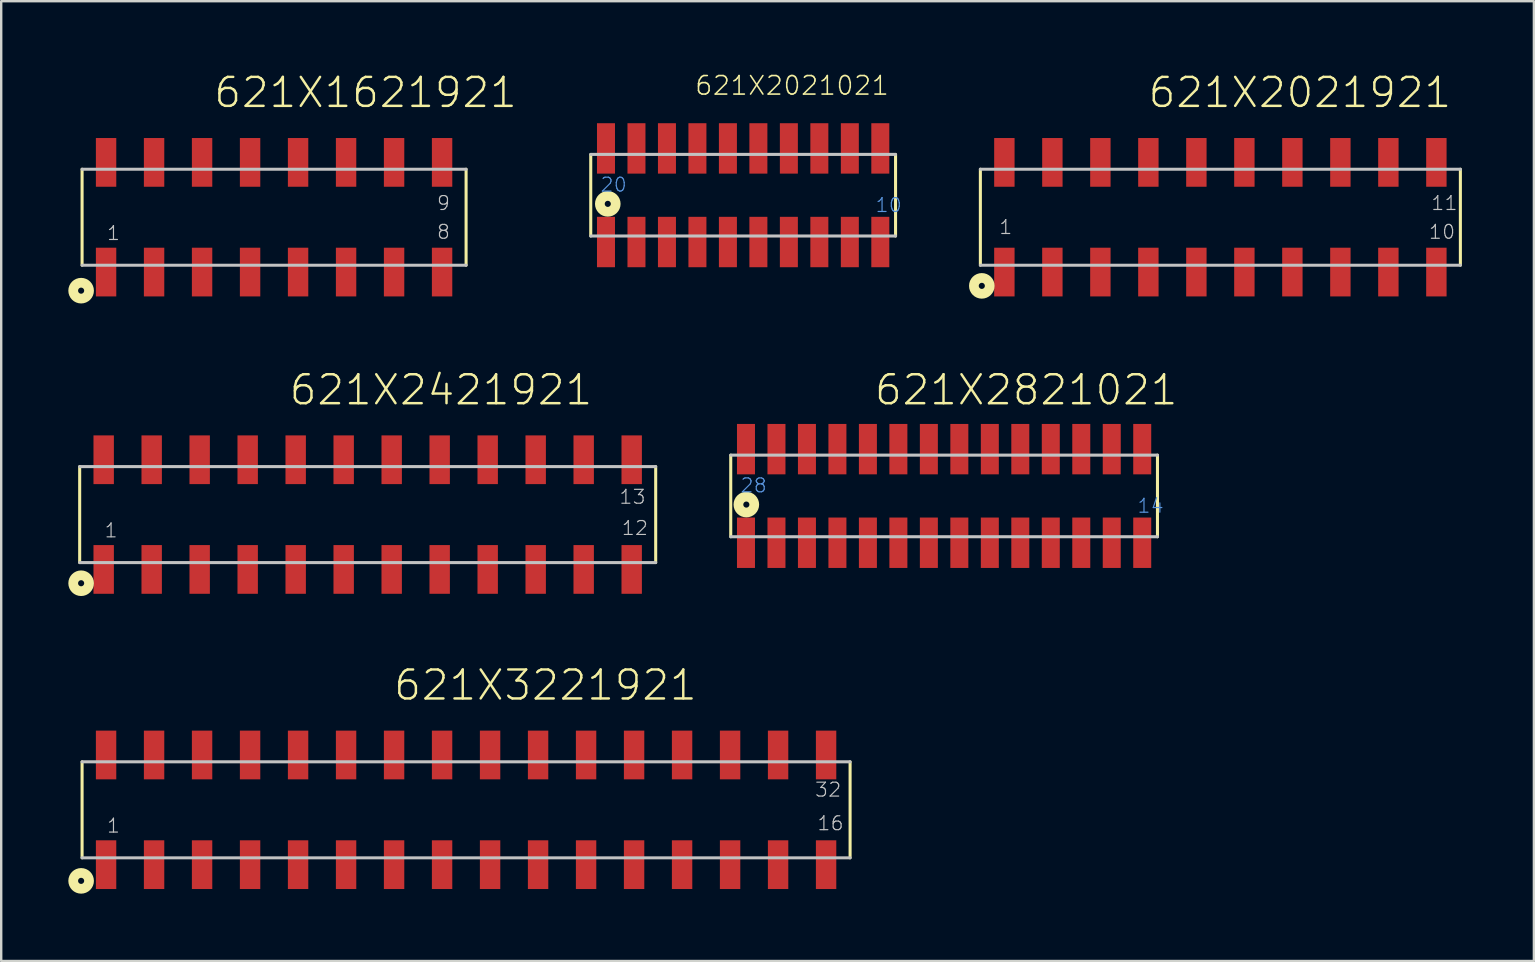
<source format=kicad_pcb>
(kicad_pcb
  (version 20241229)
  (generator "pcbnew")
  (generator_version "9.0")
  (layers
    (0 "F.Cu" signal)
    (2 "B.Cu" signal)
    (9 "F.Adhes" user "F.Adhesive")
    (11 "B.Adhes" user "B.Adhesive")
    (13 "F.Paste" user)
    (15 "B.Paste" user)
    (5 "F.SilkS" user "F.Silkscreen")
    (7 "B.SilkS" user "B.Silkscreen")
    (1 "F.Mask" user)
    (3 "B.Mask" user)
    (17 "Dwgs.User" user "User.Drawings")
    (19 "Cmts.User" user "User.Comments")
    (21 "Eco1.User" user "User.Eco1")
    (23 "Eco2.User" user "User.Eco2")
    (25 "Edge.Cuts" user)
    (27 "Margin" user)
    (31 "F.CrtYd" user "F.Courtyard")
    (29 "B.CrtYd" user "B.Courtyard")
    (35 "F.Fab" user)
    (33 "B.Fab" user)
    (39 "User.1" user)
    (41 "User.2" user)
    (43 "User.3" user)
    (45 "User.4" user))
  (footprint "621X2021021"
    (layer "F.Cu")
    (at 27.914 5.084)
    (property "Reference" "621X2021021" (at -2.05 -4.117 0) (layer "F.SilkS") (effects (font (size 0.772 0.772) (thickness 0.065)) (justify left bottom)))
    (attr through_hole)
    (fp_line (start -6.35 -1.7) (end -6.35 1.7) (stroke (width 0.127) (type solid)) (layer "F.SilkS"))
    (fp_line (start 6.35 1.7) (end 6.35 -1.7) (stroke (width 0.127) (type solid)) (layer "F.SilkS"))
    (fp_circle (center -5.64 0.36) (end -5.513 0.36) (stroke (width 0.406) (type solid)) (fill no) (layer "F.SilkS"))
    (fp_line (start -6.35 1.7) (end 6.35 1.7) (stroke (width 0.127) (type solid)) (layer "Dwgs.User"))
    (fp_line (start 6.35 -1.7) (end -6.35 -1.7) (stroke (width 0.127) (type solid)) (layer "Dwgs.User"))
    (fp_text user "10" (at 5.48 0.75 0) (layer "Cmts.User") (effects (font (size 0.579 0.579) (thickness 0.049)) (justify left bottom)))
    (fp_text user "20" (at -5.98 -0.1 0) (layer "Cmts.User") (effects (font (size 0.579 0.579) (thickness 0.049)) (justify left bottom)))
    (pad "1" smd rect (at -5.715 1.95) (size 0.75 2.1) (layers "F.Cu" "F.Mask" "F.Paste"))
    (pad "2" smd rect (at -4.445 1.95) (size 0.75 2.1) (layers "F.Cu" "F.Mask" "F.Paste"))
    (pad "3" smd rect (at -3.175 1.95) (size 0.75 2.1) (layers "F.Cu" "F.Mask" "F.Paste"))
    (pad "4" smd rect (at -1.905 1.95) (size 0.75 2.1) (layers "F.Cu" "F.Mask" "F.Paste"))
    (pad "5" smd rect (at -0.635 1.95) (size 0.75 2.1) (layers "F.Cu" "F.Mask" "F.Paste"))
    (pad "6" smd rect (at 0.635 1.95) (size 0.75 2.1) (layers "F.Cu" "F.Mask" "F.Paste"))
    (pad "7" smd rect (at 1.905 1.95) (size 0.75 2.1) (layers "F.Cu" "F.Mask" "F.Paste"))
    (pad "8" smd rect (at 3.175 1.95) (size 0.75 2.1) (layers "F.Cu" "F.Mask" "F.Paste"))
    (pad "9" smd rect (at 4.445 1.95) (size 0.75 2.1) (layers "F.Cu" "F.Mask" "F.Paste"))
    (pad "10" smd rect (at 5.715 1.95) (size 0.75 2.1) (layers "F.Cu" "F.Mask" "F.Paste"))
    (pad "11" smd rect (at 5.715 -1.95) (size 0.75 2.1) (layers "F.Cu" "F.Mask" "F.Paste"))
    (pad "12" smd rect (at 4.445 -1.95) (size 0.75 2.1) (layers "F.Cu" "F.Mask" "F.Paste"))
    (pad "13" smd rect (at 3.175 -1.95) (size 0.75 2.1) (layers "F.Cu" "F.Mask" "F.Paste"))
    (pad "14" smd rect (at 1.905 -1.95) (size 0.75 2.1) (layers "F.Cu" "F.Mask" "F.Paste"))
    (pad "15" smd rect (at 0.635 -1.95) (size 0.75 2.1) (layers "F.Cu" "F.Mask" "F.Paste"))
    (pad "16" smd rect (at -0.635 -1.95) (size 0.75 2.1) (layers "F.Cu" "F.Mask" "F.Paste"))
    (pad "17" smd rect (at -1.905 -1.95) (size 0.75 2.1) (layers "F.Cu" "F.Mask" "F.Paste"))
    (pad "18" smd rect (at -3.175 -1.95) (size 0.75 2.1) (layers "F.Cu" "F.Mask" "F.Paste"))
    (pad "19" smd rect (at -4.445 -1.95) (size 0.75 2.1) (layers "F.Cu" "F.Mask" "F.Paste"))
    (pad "20" smd rect (at -5.715 -1.95) (size 0.75 2.1) (layers "F.Cu" "F.Mask" "F.Paste")))
  (footprint "621X2021921"
    (layer "F.Cu")
    (at 47.798 6.001)
    (property "Reference" "621X2021921" (at -3.07 -4.489 0) (layer "F.SilkS") (effects (font (size 1.206 1.206) (thickness 0.102)) (justify left bottom)))
    (attr through_hole)
    (fp_line (start -10 2) (end -10 -2) (stroke (width 0.127) (type solid)) (layer "F.SilkS"))
    (fp_line (start 10 -2) (end 10 2) (stroke (width 0.127) (type solid)) (layer "F.SilkS"))
    (fp_circle (center -9.94 2.86) (end -9.813 2.86) (stroke (width 0.406) (type solid)) (fill no) (layer "F.SilkS"))
    (fp_line (start -10 -2) (end 10 -2) (stroke (width 0.127) (type solid)) (layer "Dwgs.User"))
    (fp_line (start 10 2) (end -10 2) (stroke (width 0.127) (type solid)) (layer "Dwgs.User"))
    (fp_text user "1" (at -9.25 0.75 0) (layer "Dwgs.User") (effects (font (size 0.579 0.579) (thickness 0.049)) (justify left bottom)))
    (fp_text user "11" (at 8.75 -0.25 0) (layer "Dwgs.User") (effects (font (size 0.579 0.579) (thickness 0.049)) (justify left bottom)))
    (fp_text user "10" (at 8.65 0.95 0) (layer "Dwgs.User") (effects (font (size 0.579 0.579) (thickness 0.049)) (justify left bottom)))
    (pad "1" smd rect (at -9 2.285) (size 0.85 2.03) (layers "F.Cu" "F.Mask" "F.Paste"))
    (pad "2" smd rect (at -7 2.285) (size 0.85 2.03) (layers "F.Cu" "F.Mask" "F.Paste"))
    (pad "3" smd rect (at -5 2.285) (size 0.85 2.03) (layers "F.Cu" "F.Mask" "F.Paste"))
    (pad "4" smd rect (at -3 2.285) (size 0.85 2.03) (layers "F.Cu" "F.Mask" "F.Paste"))
    (pad "5" smd rect (at -1 2.285) (size 0.85 2.03) (layers "F.Cu" "F.Mask" "F.Paste"))
    (pad "6" smd rect (at 1 2.285) (size 0.85 2.03) (layers "F.Cu" "F.Mask" "F.Paste"))
    (pad "7" smd rect (at 3 2.285) (size 0.85 2.03) (layers "F.Cu" "F.Mask" "F.Paste"))
    (pad "8" smd rect (at 5 2.285) (size 0.85 2.03) (layers "F.Cu" "F.Mask" "F.Paste"))
    (pad "9" smd rect (at 7 2.285) (size 0.85 2.03) (layers "F.Cu" "F.Mask" "F.Paste"))
    (pad "10" smd rect (at 9 2.285) (size 0.85 2.03) (layers "F.Cu" "F.Mask" "F.Paste"))
    (pad "11" smd rect (at 9 -2.285) (size 0.85 2.03) (layers "F.Cu" "F.Mask" "F.Paste"))
    (pad "12" smd rect (at 7 -2.285) (size 0.85 2.03) (layers "F.Cu" "F.Mask" "F.Paste"))
    (pad "13" smd rect (at 5 -2.285) (size 0.85 2.03) (layers "F.Cu" "F.Mask" "F.Paste"))
    (pad "14" smd rect (at 3 -2.285) (size 0.85 2.03) (layers "F.Cu" "F.Mask" "F.Paste"))
    (pad "15" smd rect (at 1 -2.285) (size 0.85 2.03) (layers "F.Cu" "F.Mask" "F.Paste"))
    (pad "16" smd rect (at -1 -2.285) (size 0.85 2.03) (layers "F.Cu" "F.Mask" "F.Paste"))
    (pad "17" smd rect (at -3 -2.285) (size 0.85 2.03) (layers "F.Cu" "F.Mask" "F.Paste"))
    (pad "18" smd rect (at -5 -2.285) (size 0.85 2.03) (layers "F.Cu" "F.Mask" "F.Paste"))
    (pad "19" smd rect (at -7 -2.285) (size 0.85 2.03) (layers "F.Cu" "F.Mask" "F.Paste"))
    (pad "20" smd rect (at -9 -2.285) (size 0.85 2.03) (layers "F.Cu" "F.Mask" "F.Paste")))
  (footprint "621X2821021"
    (layer "F.Cu")
    (at 36.287 17.614)
    (property "Reference" "621X2821021" (at -2.963 -3.712 0) (layer "F.SilkS") (effects (font (size 1.206 1.206) (thickness 0.102)) (justify left bottom)))
    (attr through_hole)
    (fp_line (start -8.89 -1.7) (end -8.89 1.7) (stroke (width 0.127) (type solid)) (layer "F.SilkS"))
    (fp_line (start 8.89 1.7) (end 8.89 -1.7) (stroke (width 0.127) (type solid)) (layer "F.SilkS"))
    (fp_circle (center -8.24 0.36) (end -8.113 0.36) (stroke (width 0.406) (type solid)) (fill no) (layer "F.SilkS"))
    (fp_line (start -8.89 1.7) (end 8.89 1.7) (stroke (width 0.127) (type solid)) (layer "Dwgs.User"))
    (fp_line (start 8.89 -1.7) (end -8.89 -1.7) (stroke (width 0.127) (type solid)) (layer "Dwgs.User"))
    (fp_text user "28" (at -8.52 -0.1 0) (layer "Cmts.User") (effects (font (size 0.579 0.579) (thickness 0.049)) (justify left bottom)))
    (fp_text user "14" (at 8.02 0.75 0) (layer "Cmts.User") (effects (font (size 0.579 0.579) (thickness 0.049)) (justify left bottom)))
    (pad "1" smd rect (at -8.255 1.95) (size 0.75 2.1) (layers "F.Cu" "F.Mask" "F.Paste"))
    (pad "2" smd rect (at -6.985 1.95) (size 0.75 2.1) (layers "F.Cu" "F.Mask" "F.Paste"))
    (pad "3" smd rect (at -5.715 1.95) (size 0.75 2.1) (layers "F.Cu" "F.Mask" "F.Paste"))
    (pad "4" smd rect (at -4.445 1.95) (size 0.75 2.1) (layers "F.Cu" "F.Mask" "F.Paste"))
    (pad "5" smd rect (at -3.175 1.95) (size 0.75 2.1) (layers "F.Cu" "F.Mask" "F.Paste"))
    (pad "6" smd rect (at -1.905 1.95) (size 0.75 2.1) (layers "F.Cu" "F.Mask" "F.Paste"))
    (pad "7" smd rect (at -0.635 1.95) (size 0.75 2.1) (layers "F.Cu" "F.Mask" "F.Paste"))
    (pad "8" smd rect (at 0.635 1.95) (size 0.75 2.1) (layers "F.Cu" "F.Mask" "F.Paste"))
    (pad "9" smd rect (at 1.905 1.95) (size 0.75 2.1) (layers "F.Cu" "F.Mask" "F.Paste"))
    (pad "10" smd rect (at 3.175 1.95) (size 0.75 2.1) (layers "F.Cu" "F.Mask" "F.Paste"))
    (pad "11" smd rect (at 4.445 1.95) (size 0.75 2.1) (layers "F.Cu" "F.Mask" "F.Paste"))
    (pad "12" smd rect (at 5.715 1.95) (size 0.75 2.1) (layers "F.Cu" "F.Mask" "F.Paste"))
    (pad "13" smd rect (at 6.985 1.95) (size 0.75 2.1) (layers "F.Cu" "F.Mask" "F.Paste"))
    (pad "14" smd rect (at 8.255 1.95) (size 0.75 2.1) (layers "F.Cu" "F.Mask" "F.Paste"))
    (pad "15" smd rect (at 8.255 -1.95) (size 0.75 2.1) (layers "F.Cu" "F.Mask" "F.Paste"))
    (pad "16" smd rect (at 6.985 -1.95) (size 0.75 2.1) (layers "F.Cu" "F.Mask" "F.Paste"))
    (pad "17" smd rect (at 5.715 -1.95) (size 0.75 2.1) (layers "F.Cu" "F.Mask" "F.Paste"))
    (pad "18" smd rect (at 4.445 -1.95) (size 0.75 2.1) (layers "F.Cu" "F.Mask" "F.Paste"))
    (pad "19" smd rect (at 3.175 -1.95) (size 0.75 2.1) (layers "F.Cu" "F.Mask" "F.Paste"))
    (pad "20" smd rect (at 1.905 -1.95) (size 0.75 2.1) (layers "F.Cu" "F.Mask" "F.Paste"))
    (pad "21" smd rect (at 0.635 -1.95) (size 0.75 2.1) (layers "F.Cu" "F.Mask" "F.Paste"))
    (pad "22" smd rect (at -0.635 -1.95) (size 0.75 2.1) (layers "F.Cu" "F.Mask" "F.Paste"))
    (pad "23" smd rect (at -1.905 -1.95) (size 0.75 2.1) (layers "F.Cu" "F.Mask" "F.Paste"))
    (pad "24" smd rect (at -3.175 -1.95) (size 0.75 2.1) (layers "F.Cu" "F.Mask" "F.Paste"))
    (pad "25" smd rect (at -4.445 -1.95) (size 0.75 2.1) (layers "F.Cu" "F.Mask" "F.Paste"))
    (pad "26" smd rect (at -5.715 -1.95) (size 0.75 2.1) (layers "F.Cu" "F.Mask" "F.Paste"))
    (pad "27" smd rect (at -6.985 -1.95) (size 0.75 2.1) (layers "F.Cu" "F.Mask" "F.Paste"))
    (pad "28" smd rect (at -8.255 -1.95) (size 0.75 2.1) (layers "F.Cu" "F.Mask" "F.Paste")))
  (footprint "621X2421921"
    (layer "F.Cu")
    (at 12.27 18.391)
    (property "Reference" "621X2421921" (at -3.33 -4.489 0) (layer "F.SilkS") (effects (font (size 1.206 1.206) (thickness 0.102)) (justify left bottom)))
    (attr through_hole)
    (fp_line (start -12 2) (end -12 -2) (stroke (width 0.127) (type solid)) (layer "F.SilkS"))
    (fp_line (start 12 -2) (end 12 2) (stroke (width 0.127) (type solid)) (layer "F.SilkS"))
    (fp_circle (center -11.94 2.86) (end -11.813 2.86) (stroke (width 0.406) (type solid)) (fill no) (layer "F.SilkS"))
    (fp_line (start -12 -2) (end 12 -2) (stroke (width 0.127) (type solid)) (layer "Dwgs.User"))
    (fp_line (start 12 2) (end -12 2) (stroke (width 0.127) (type solid)) (layer "Dwgs.User"))
    (fp_text user "13" (at 10.45 -0.4 0) (layer "Dwgs.User") (effects (font (size 0.579 0.579) (thickness 0.049)) (justify left bottom)))
    (fp_text user "1" (at -11 1 0) (layer "Dwgs.User") (effects (font (size 0.579 0.579) (thickness 0.049)) (justify left bottom)))
    (fp_text user "12" (at 10.55 0.9 0) (layer "Dwgs.User") (effects (font (size 0.579 0.579) (thickness 0.049)) (justify left bottom)))
    (pad "1" smd rect (at -11 2.285) (size 0.85 2.03) (layers "F.Cu" "F.Mask" "F.Paste"))
    (pad "2" smd rect (at -9 2.285) (size 0.85 2.03) (layers "F.Cu" "F.Mask" "F.Paste"))
    (pad "3" smd rect (at -7 2.285) (size 0.85 2.03) (layers "F.Cu" "F.Mask" "F.Paste"))
    (pad "4" smd rect (at -5 2.285) (size 0.85 2.03) (layers "F.Cu" "F.Mask" "F.Paste"))
    (pad "5" smd rect (at -3 2.285) (size 0.85 2.03) (layers "F.Cu" "F.Mask" "F.Paste"))
    (pad "6" smd rect (at -1 2.285) (size 0.85 2.03) (layers "F.Cu" "F.Mask" "F.Paste"))
    (pad "7" smd rect (at 1 2.285) (size 0.85 2.03) (layers "F.Cu" "F.Mask" "F.Paste"))
    (pad "8" smd rect (at 3 2.285) (size 0.85 2.03) (layers "F.Cu" "F.Mask" "F.Paste"))
    (pad "9" smd rect (at 5 2.285) (size 0.85 2.03) (layers "F.Cu" "F.Mask" "F.Paste"))
    (pad "10" smd rect (at 7 2.285) (size 0.85 2.03) (layers "F.Cu" "F.Mask" "F.Paste"))
    (pad "11" smd rect (at 9 2.285) (size 0.85 2.03) (layers "F.Cu" "F.Mask" "F.Paste"))
    (pad "12" smd rect (at 11 2.285) (size 0.85 2.03) (layers "F.Cu" "F.Mask" "F.Paste"))
    (pad "13" smd rect (at 11 -2.285) (size 0.85 2.03) (layers "F.Cu" "F.Mask" "F.Paste"))
    (pad "14" smd rect (at 9 -2.285) (size 0.85 2.03) (layers "F.Cu" "F.Mask" "F.Paste"))
    (pad "15" smd rect (at 7 -2.285) (size 0.85 2.03) (layers "F.Cu" "F.Mask" "F.Paste"))
    (pad "16" smd rect (at 5 -2.285) (size 0.85 2.03) (layers "F.Cu" "F.Mask" "F.Paste"))
    (pad "17" smd rect (at 3 -2.285) (size 0.85 2.03) (layers "F.Cu" "F.Mask" "F.Paste"))
    (pad "18" smd rect (at 1 -2.285) (size 0.85 2.03) (layers "F.Cu" "F.Mask" "F.Paste"))
    (pad "19" smd rect (at -1 -2.285) (size 0.85 2.03) (layers "F.Cu" "F.Mask" "F.Paste"))
    (pad "20" smd rect (at -3 -2.285) (size 0.85 2.03) (layers "F.Cu" "F.Mask" "F.Paste"))
    (pad "21" smd rect (at -5 -2.285) (size 0.85 2.03) (layers "F.Cu" "F.Mask" "F.Paste"))
    (pad "22" smd rect (at -7 -2.285) (size 0.85 2.03) (layers "F.Cu" "F.Mask" "F.Paste"))
    (pad "23" smd rect (at -9 -2.285) (size 0.85 2.03) (layers "F.Cu" "F.Mask" "F.Paste"))
    (pad "24" smd rect (at -11 -2.285) (size 0.85 2.03) (layers "F.Cu" "F.Mask" "F.Paste")))
  (footprint "621X1621921"
    (layer "F.Cu")
    (at 8.37 6.001)
    (property "Reference" "621X1621921" (at -2.573 -4.489 0) (layer "F.SilkS") (effects (font (size 1.206 1.206) (thickness 0.102)) (justify left bottom)))
    (attr through_hole)
    (fp_line (start -8 2) (end -8 -2) (stroke (width 0.127) (type solid)) (layer "F.SilkS"))
    (fp_line (start 8 -2) (end 8 2) (stroke (width 0.127) (type solid)) (layer "F.SilkS"))
    (fp_circle (center -8.04 3.06) (end -7.913 3.06) (stroke (width 0.406) (type solid)) (fill no) (layer "F.SilkS"))
    (fp_line (start -8 -2) (end 8 -2) (stroke (width 0.127) (type solid)) (layer "Dwgs.User"))
    (fp_line (start 8 2) (end -8 2) (stroke (width 0.127) (type solid)) (layer "Dwgs.User"))
    (fp_text user "9" (at 6.75 -0.25 0) (layer "Dwgs.User") (effects (font (size 0.579 0.579) (thickness 0.049)) (justify left bottom)))
    (fp_text user "1" (at -7 1 0) (layer "Dwgs.User") (effects (font (size 0.579 0.579) (thickness 0.049)) (justify left bottom)))
    (fp_text user "8" (at 6.75 0.95 0) (layer "Dwgs.User") (effects (font (size 0.579 0.579) (thickness 0.049)) (justify left bottom)))
    (pad "1" smd rect (at -7 2.285) (size 0.85 2.03) (layers "F.Cu" "F.Mask" "F.Paste"))
    (pad "2" smd rect (at -5 2.285) (size 0.85 2.03) (layers "F.Cu" "F.Mask" "F.Paste"))
    (pad "3" smd rect (at -3 2.285) (size 0.85 2.03) (layers "F.Cu" "F.Mask" "F.Paste"))
    (pad "4" smd rect (at -1 2.285) (size 0.85 2.03) (layers "F.Cu" "F.Mask" "F.Paste"))
    (pad "5" smd rect (at 1 2.285) (size 0.85 2.03) (layers "F.Cu" "F.Mask" "F.Paste"))
    (pad "6" smd rect (at 3 2.285) (size 0.85 2.03) (layers "F.Cu" "F.Mask" "F.Paste"))
    (pad "7" smd rect (at 5 2.285) (size 0.85 2.03) (layers "F.Cu" "F.Mask" "F.Paste"))
    (pad "8" smd rect (at 7 2.285) (size 0.85 2.03) (layers "F.Cu" "F.Mask" "F.Paste"))
    (pad "9" smd rect (at 7 -2.285) (size 0.85 2.03) (layers "F.Cu" "F.Mask" "F.Paste"))
    (pad "10" smd rect (at 5 -2.285) (size 0.85 2.03) (layers "F.Cu" "F.Mask" "F.Paste"))
    (pad "11" smd rect (at 3 -2.285) (size 0.85 2.03) (layers "F.Cu" "F.Mask" "F.Paste"))
    (pad "12" smd rect (at 1 -2.285) (size 0.85 2.03) (layers "F.Cu" "F.Mask" "F.Paste"))
    (pad "13" smd rect (at -1 -2.285) (size 0.85 2.03) (layers "F.Cu" "F.Mask" "F.Paste"))
    (pad "14" smd rect (at -3 -2.285) (size 0.85 2.03) (layers "F.Cu" "F.Mask" "F.Paste"))
    (pad "15" smd rect (at -5 -2.285) (size 0.85 2.03) (layers "F.Cu" "F.Mask" "F.Paste"))
    (pad "16" smd rect (at -7 -2.285) (size 0.85 2.03) (layers "F.Cu" "F.Mask" "F.Paste")))
  (footprint "621X3221921"
    (layer "F.Cu")
    (at 16.37 30.692)
    (property "Reference" "621X3221921" (at -3.078 -4.489 0) (layer "F.SilkS") (effects (font (size 1.206 1.206) (thickness 0.102)) (justify left bottom)))
    (attr through_hole)
    (fp_line (start -16 2) (end -16 -2) (stroke (width 0.127) (type solid)) (layer "F.SilkS"))
    (fp_line (start 16 -2) (end 16 2) (stroke (width 0.127) (type solid)) (layer "F.SilkS"))
    (fp_circle (center -16.04 2.96) (end -15.913 2.96) (stroke (width 0.406) (type solid)) (fill no) (layer "F.SilkS"))
    (fp_line (start -16 -2) (end 16 -2) (stroke (width 0.127) (type solid)) (layer "Dwgs.User"))
    (fp_line (start 16 2) (end -16 2) (stroke (width 0.127) (type solid)) (layer "Dwgs.User"))
    (fp_text user "1" (at -15 1 0) (layer "Dwgs.User") (effects (font (size 0.579 0.579) (thickness 0.049)) (justify left bottom)))
    (fp_text user "16" (at 14.6 0.9 0) (layer "Dwgs.User") (effects (font (size 0.579 0.579) (thickness 0.049)) (justify left bottom)))
    (fp_text user "32" (at 14.5 -0.5 0) (layer "Dwgs.User") (effects (font (size 0.579 0.579) (thickness 0.049)) (justify left bottom)))
    (pad "1" smd rect (at -15 2.285) (size 0.85 2.03) (layers "F.Cu" "F.Mask" "F.Paste"))
    (pad "2" smd rect (at -13 2.285) (size 0.85 2.03) (layers "F.Cu" "F.Mask" "F.Paste"))
    (pad "3" smd rect (at -11 2.285) (size 0.85 2.03) (layers "F.Cu" "F.Mask" "F.Paste"))
    (pad "4" smd rect (at -9 2.285) (size 0.85 2.03) (layers "F.Cu" "F.Mask" "F.Paste"))
    (pad "5" smd rect (at -7 2.285) (size 0.85 2.03) (layers "F.Cu" "F.Mask" "F.Paste"))
    (pad "6" smd rect (at -5 2.285) (size 0.85 2.03) (layers "F.Cu" "F.Mask" "F.Paste"))
    (pad "7" smd rect (at -3 2.285) (size 0.85 2.03) (layers "F.Cu" "F.Mask" "F.Paste"))
    (pad "8" smd rect (at -1 2.285) (size 0.85 2.03) (layers "F.Cu" "F.Mask" "F.Paste"))
    (pad "9" smd rect (at 1 2.285) (size 0.85 2.03) (layers "F.Cu" "F.Mask" "F.Paste"))
    (pad "10" smd rect (at 3 2.285) (size 0.85 2.03) (layers "F.Cu" "F.Mask" "F.Paste"))
    (pad "11" smd rect (at 5 2.285) (size 0.85 2.03) (layers "F.Cu" "F.Mask" "F.Paste"))
    (pad "12" smd rect (at 7 2.285) (size 0.85 2.03) (layers "F.Cu" "F.Mask" "F.Paste"))
    (pad "13" smd rect (at 9 2.285) (size 0.85 2.03) (layers "F.Cu" "F.Mask" "F.Paste"))
    (pad "14" smd rect (at 11 2.285) (size 0.85 2.03) (layers "F.Cu" "F.Mask" "F.Paste"))
    (pad "15" smd rect (at 13 2.285) (size 0.85 2.03) (layers "F.Cu" "F.Mask" "F.Paste"))
    (pad "16" smd rect (at 15 2.285) (size 0.85 2.03) (layers "F.Cu" "F.Mask" "F.Paste"))
    (pad "17" smd rect (at 15 -2.285) (size 0.85 2.03) (layers "F.Cu" "F.Mask" "F.Paste"))
    (pad "18" smd rect (at 13 -2.285) (size 0.85 2.03) (layers "F.Cu" "F.Mask" "F.Paste"))
    (pad "19" smd rect (at 11 -2.285) (size 0.85 2.03) (layers "F.Cu" "F.Mask" "F.Paste"))
    (pad "20" smd rect (at 9 -2.285) (size 0.85 2.03) (layers "F.Cu" "F.Mask" "F.Paste"))
    (pad "21" smd rect (at 7 -2.285) (size 0.85 2.03) (layers "F.Cu" "F.Mask" "F.Paste"))
    (pad "22" smd rect (at 5 -2.285) (size 0.85 2.03) (layers "F.Cu" "F.Mask" "F.Paste"))
    (pad "23" smd rect (at 3 -2.285) (size 0.85 2.03) (layers "F.Cu" "F.Mask" "F.Paste"))
    (pad "24" smd rect (at 1 -2.285) (size 0.85 2.03) (layers "F.Cu" "F.Mask" "F.Paste"))
    (pad "25" smd rect (at -1 -2.285) (size 0.85 2.03) (layers "F.Cu" "F.Mask" "F.Paste"))
    (pad "26" smd rect (at -3 -2.285) (size 0.85 2.03) (layers "F.Cu" "F.Mask" "F.Paste"))
    (pad "27" smd rect (at -5 -2.285) (size 0.85 2.03) (layers "F.Cu" "F.Mask" "F.Paste"))
    (pad "28" smd rect (at -7 -2.285) (size 0.85 2.03) (layers "F.Cu" "F.Mask" "F.Paste"))
    (pad "29" smd rect (at -9 -2.285) (size 0.85 2.03) (layers "F.Cu" "F.Mask" "F.Paste"))
    (pad "30" smd rect (at -11 -2.285) (size 0.85 2.03) (layers "F.Cu" "F.Mask" "F.Paste"))
    (pad "31" smd rect (at -13 -2.285) (size 0.85 2.03) (layers "F.Cu" "F.Mask" "F.Paste"))
    (pad "32" smd rect (at -15 -2.285) (size 0.85 2.03) (layers "F.Cu" "F.Mask" "F.Paste")))
  (gr_rect
    (start -3 -3)
    (end 60.861 36.992)
    (stroke (width 0.1) (type default))
    (fill no)
    (layer "Edge.Cuts")))
</source>
